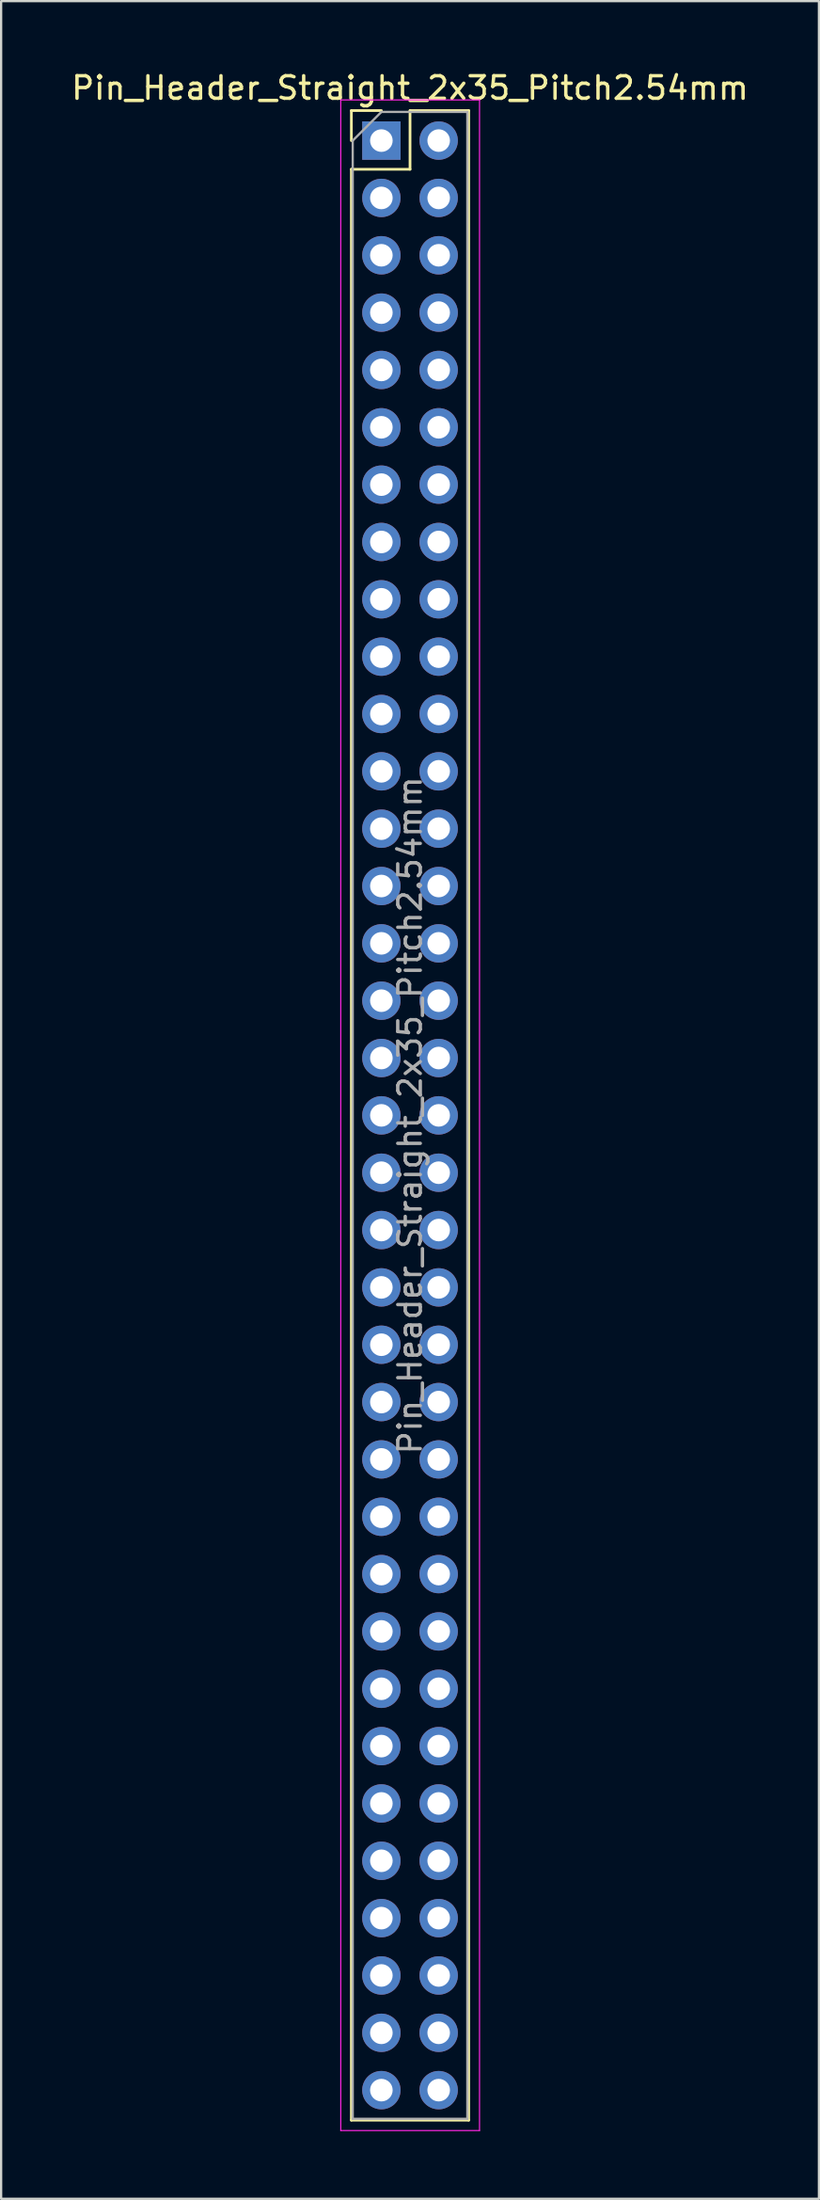
<source format=kicad_pcb>
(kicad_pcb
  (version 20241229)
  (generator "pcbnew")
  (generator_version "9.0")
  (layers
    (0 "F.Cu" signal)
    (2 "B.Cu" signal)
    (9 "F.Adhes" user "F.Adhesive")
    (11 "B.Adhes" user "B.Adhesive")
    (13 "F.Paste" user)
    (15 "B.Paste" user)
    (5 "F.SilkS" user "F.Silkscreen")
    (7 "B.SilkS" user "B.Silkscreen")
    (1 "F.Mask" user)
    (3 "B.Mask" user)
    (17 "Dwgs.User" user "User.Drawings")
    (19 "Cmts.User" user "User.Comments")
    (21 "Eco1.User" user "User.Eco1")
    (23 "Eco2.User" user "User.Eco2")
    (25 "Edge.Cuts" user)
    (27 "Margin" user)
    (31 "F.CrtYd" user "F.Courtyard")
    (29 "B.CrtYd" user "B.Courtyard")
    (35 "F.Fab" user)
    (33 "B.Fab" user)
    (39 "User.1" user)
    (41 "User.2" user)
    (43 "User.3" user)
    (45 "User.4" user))
  (footprint "Pin_Header_Straight_2x35_Pitch2.54mm"
    (layer "F.Cu")
    (at 13.855 3.178)
    (property "Reference" "Pin_Header_Straight_2x35_Pitch2.54mm" (at 1.27 -2.33 0) (layer "F.SilkS") (effects (font (size 1 1) (thickness 0.15))))
    (attr through_hole)
    (fp_line (start -1.33 -1.33) (end 0 -1.33) (stroke (width 0.12) (type solid)) (layer "F.SilkS"))
    (fp_line (start -1.33 0) (end -1.33 -1.33) (stroke (width 0.12) (type solid)) (layer "F.SilkS"))
    (fp_line (start -1.33 1.27) (end -1.33 87.69) (stroke (width 0.12) (type solid)) (layer "F.SilkS"))
    (fp_line (start -1.33 1.27) (end 1.27 1.27) (stroke (width 0.12) (type solid)) (layer "F.SilkS"))
    (fp_line (start -1.33 87.69) (end 3.87 87.69) (stroke (width 0.12) (type solid)) (layer "F.SilkS"))
    (fp_line (start 1.27 -1.33) (end 3.87 -1.33) (stroke (width 0.12) (type solid)) (layer "F.SilkS"))
    (fp_line (start 1.27 1.27) (end 1.27 -1.33) (stroke (width 0.12) (type solid)) (layer "F.SilkS"))
    (fp_line (start 3.87 -1.33) (end 3.87 87.69) (stroke (width 0.12) (type solid)) (layer "F.SilkS"))
    (fp_line (start -1.8 -1.8) (end -1.8 88.15) (stroke (width 0.05) (type solid)) (layer "F.CrtYd"))
    (fp_line (start -1.8 88.15) (end 4.35 88.15) (stroke (width 0.05) (type solid)) (layer "F.CrtYd"))
    (fp_line (start 4.35 -1.8) (end -1.8 -1.8) (stroke (width 0.05) (type solid)) (layer "F.CrtYd"))
    (fp_line (start 4.35 88.15) (end 4.35 -1.8) (stroke (width 0.05) (type solid)) (layer "F.CrtYd"))
    (fp_line (start -1.27 0) (end 0 -1.27) (stroke (width 0.1) (type solid)) (layer "F.Fab"))
    (fp_line (start -1.27 87.63) (end -1.27 0) (stroke (width 0.1) (type solid)) (layer "F.Fab"))
    (fp_line (start 0 -1.27) (end 3.81 -1.27) (stroke (width 0.1) (type solid)) (layer "F.Fab"))
    (fp_line (start 3.81 -1.27) (end 3.81 87.63) (stroke (width 0.1) (type solid)) (layer "F.Fab"))
    (fp_line (start 3.81 87.63) (end -1.27 87.63) (stroke (width 0.1) (type solid)) (layer "F.Fab"))
    (fp_text user "${REFERENCE}" (at 1.27 43.18 90) (layer "F.Fab") (effects (font (size 1 1) (thickness 0.15))))
    (pad "1" thru_hole rect (at 0 0) (size 1.7 1.7) (drill 1) (layers "*.Cu" "*.Mask"))
    (pad "2" thru_hole oval (at 2.54 0) (size 1.7 1.7) (drill 1) (layers "*.Cu" "*.Mask"))
    (pad "3" thru_hole oval (at 0 2.54) (size 1.7 1.7) (drill 1) (layers "*.Cu" "*.Mask"))
    (pad "4" thru_hole oval (at 2.54 2.54) (size 1.7 1.7) (drill 1) (layers "*.Cu" "*.Mask"))
    (pad "5" thru_hole oval (at 0 5.08) (size 1.7 1.7) (drill 1) (layers "*.Cu" "*.Mask"))
    (pad "6" thru_hole oval (at 2.54 5.08) (size 1.7 1.7) (drill 1) (layers "*.Cu" "*.Mask"))
    (pad "7" thru_hole oval (at 0 7.62) (size 1.7 1.7) (drill 1) (layers "*.Cu" "*.Mask"))
    (pad "8" thru_hole oval (at 2.54 7.62) (size 1.7 1.7) (drill 1) (layers "*.Cu" "*.Mask"))
    (pad "9" thru_hole oval (at 0 10.16) (size 1.7 1.7) (drill 1) (layers "*.Cu" "*.Mask"))
    (pad "10" thru_hole oval (at 2.54 10.16) (size 1.7 1.7) (drill 1) (layers "*.Cu" "*.Mask"))
    (pad "11" thru_hole oval (at 0 12.7) (size 1.7 1.7) (drill 1) (layers "*.Cu" "*.Mask"))
    (pad "12" thru_hole oval (at 2.54 12.7) (size 1.7 1.7) (drill 1) (layers "*.Cu" "*.Mask"))
    (pad "13" thru_hole oval (at 0 15.24) (size 1.7 1.7) (drill 1) (layers "*.Cu" "*.Mask"))
    (pad "14" thru_hole oval (at 2.54 15.24) (size 1.7 1.7) (drill 1) (layers "*.Cu" "*.Mask"))
    (pad "15" thru_hole oval (at 0 17.78) (size 1.7 1.7) (drill 1) (layers "*.Cu" "*.Mask"))
    (pad "16" thru_hole oval (at 2.54 17.78) (size 1.7 1.7) (drill 1) (layers "*.Cu" "*.Mask"))
    (pad "17" thru_hole oval (at 0 20.32) (size 1.7 1.7) (drill 1) (layers "*.Cu" "*.Mask"))
    (pad "18" thru_hole oval (at 2.54 20.32) (size 1.7 1.7) (drill 1) (layers "*.Cu" "*.Mask"))
    (pad "19" thru_hole oval (at 0 22.86) (size 1.7 1.7) (drill 1) (layers "*.Cu" "*.Mask"))
    (pad "20" thru_hole oval (at 2.54 22.86) (size 1.7 1.7) (drill 1) (layers "*.Cu" "*.Mask"))
    (pad "21" thru_hole oval (at 0 25.4) (size 1.7 1.7) (drill 1) (layers "*.Cu" "*.Mask"))
    (pad "22" thru_hole oval (at 2.54 25.4) (size 1.7 1.7) (drill 1) (layers "*.Cu" "*.Mask"))
    (pad "23" thru_hole oval (at 0 27.94) (size 1.7 1.7) (drill 1) (layers "*.Cu" "*.Mask"))
    (pad "24" thru_hole oval (at 2.54 27.94) (size 1.7 1.7) (drill 1) (layers "*.Cu" "*.Mask"))
    (pad "25" thru_hole oval (at 0 30.48) (size 1.7 1.7) (drill 1) (layers "*.Cu" "*.Mask"))
    (pad "26" thru_hole oval (at 2.54 30.48) (size 1.7 1.7) (drill 1) (layers "*.Cu" "*.Mask"))
    (pad "27" thru_hole oval (at 0 33.02) (size 1.7 1.7) (drill 1) (layers "*.Cu" "*.Mask"))
    (pad "28" thru_hole oval (at 2.54 33.02) (size 1.7 1.7) (drill 1) (layers "*.Cu" "*.Mask"))
    (pad "29" thru_hole oval (at 0 35.56) (size 1.7 1.7) (drill 1) (layers "*.Cu" "*.Mask"))
    (pad "30" thru_hole oval (at 2.54 35.56) (size 1.7 1.7) (drill 1) (layers "*.Cu" "*.Mask"))
    (pad "31" thru_hole oval (at 0 38.1) (size 1.7 1.7) (drill 1) (layers "*.Cu" "*.Mask"))
    (pad "32" thru_hole oval (at 2.54 38.1) (size 1.7 1.7) (drill 1) (layers "*.Cu" "*.Mask"))
    (pad "33" thru_hole oval (at 0 40.64) (size 1.7 1.7) (drill 1) (layers "*.Cu" "*.Mask"))
    (pad "34" thru_hole oval (at 2.54 40.64) (size 1.7 1.7) (drill 1) (layers "*.Cu" "*.Mask"))
    (pad "35" thru_hole oval (at 0 43.18) (size 1.7 1.7) (drill 1) (layers "*.Cu" "*.Mask"))
    (pad "36" thru_hole oval (at 2.54 43.18) (size 1.7 1.7) (drill 1) (layers "*.Cu" "*.Mask"))
    (pad "37" thru_hole oval (at 0 45.72) (size 1.7 1.7) (drill 1) (layers "*.Cu" "*.Mask"))
    (pad "38" thru_hole oval (at 2.54 45.72) (size 1.7 1.7) (drill 1) (layers "*.Cu" "*.Mask"))
    (pad "39" thru_hole oval (at 0 48.26) (size 1.7 1.7) (drill 1) (layers "*.Cu" "*.Mask"))
    (pad "40" thru_hole oval (at 2.54 48.26) (size 1.7 1.7) (drill 1) (layers "*.Cu" "*.Mask"))
    (pad "41" thru_hole oval (at 0 50.8) (size 1.7 1.7) (drill 1) (layers "*.Cu" "*.Mask"))
    (pad "42" thru_hole oval (at 2.54 50.8) (size 1.7 1.7) (drill 1) (layers "*.Cu" "*.Mask"))
    (pad "43" thru_hole oval (at 0 53.34) (size 1.7 1.7) (drill 1) (layers "*.Cu" "*.Mask"))
    (pad "44" thru_hole oval (at 2.54 53.34) (size 1.7 1.7) (drill 1) (layers "*.Cu" "*.Mask"))
    (pad "45" thru_hole oval (at 0 55.88) (size 1.7 1.7) (drill 1) (layers "*.Cu" "*.Mask"))
    (pad "46" thru_hole oval (at 2.54 55.88) (size 1.7 1.7) (drill 1) (layers "*.Cu" "*.Mask"))
    (pad "47" thru_hole oval (at 0 58.42) (size 1.7 1.7) (drill 1) (layers "*.Cu" "*.Mask"))
    (pad "48" thru_hole oval (at 2.54 58.42) (size 1.7 1.7) (drill 1) (layers "*.Cu" "*.Mask"))
    (pad "49" thru_hole oval (at 0 60.96) (size 1.7 1.7) (drill 1) (layers "*.Cu" "*.Mask"))
    (pad "50" thru_hole oval (at 2.54 60.96) (size 1.7 1.7) (drill 1) (layers "*.Cu" "*.Mask"))
    (pad "51" thru_hole oval (at 0 63.5) (size 1.7 1.7) (drill 1) (layers "*.Cu" "*.Mask"))
    (pad "52" thru_hole oval (at 2.54 63.5) (size 1.7 1.7) (drill 1) (layers "*.Cu" "*.Mask"))
    (pad "53" thru_hole oval (at 0 66.04) (size 1.7 1.7) (drill 1) (layers "*.Cu" "*.Mask"))
    (pad "54" thru_hole oval (at 2.54 66.04) (size 1.7 1.7) (drill 1) (layers "*.Cu" "*.Mask"))
    (pad "55" thru_hole oval (at 0 68.58) (size 1.7 1.7) (drill 1) (layers "*.Cu" "*.Mask"))
    (pad "56" thru_hole oval (at 2.54 68.58) (size 1.7 1.7) (drill 1) (layers "*.Cu" "*.Mask"))
    (pad "57" thru_hole oval (at 0 71.12) (size 1.7 1.7) (drill 1) (layers "*.Cu" "*.Mask"))
    (pad "58" thru_hole oval (at 2.54 71.12) (size 1.7 1.7) (drill 1) (layers "*.Cu" "*.Mask"))
    (pad "59" thru_hole oval (at 0 73.66) (size 1.7 1.7) (drill 1) (layers "*.Cu" "*.Mask"))
    (pad "60" thru_hole oval (at 2.54 73.66) (size 1.7 1.7) (drill 1) (layers "*.Cu" "*.Mask"))
    (pad "61" thru_hole oval (at 0 76.2) (size 1.7 1.7) (drill 1) (layers "*.Cu" "*.Mask"))
    (pad "62" thru_hole oval (at 2.54 76.2) (size 1.7 1.7) (drill 1) (layers "*.Cu" "*.Mask"))
    (pad "63" thru_hole oval (at 0 78.74) (size 1.7 1.7) (drill 1) (layers "*.Cu" "*.Mask"))
    (pad "64" thru_hole oval (at 2.54 78.74) (size 1.7 1.7) (drill 1) (layers "*.Cu" "*.Mask"))
    (pad "65" thru_hole oval (at 0 81.28) (size 1.7 1.7) (drill 1) (layers "*.Cu" "*.Mask"))
    (pad "66" thru_hole oval (at 2.54 81.28) (size 1.7 1.7) (drill 1) (layers "*.Cu" "*.Mask"))
    (pad "67" thru_hole oval (at 0 83.82) (size 1.7 1.7) (drill 1) (layers "*.Cu" "*.Mask"))
    (pad "68" thru_hole oval (at 2.54 83.82) (size 1.7 1.7) (drill 1) (layers "*.Cu" "*.Mask"))
    (pad "69" thru_hole oval (at 0 86.36) (size 1.7 1.7) (drill 1) (layers "*.Cu" "*.Mask"))
    (pad "70" thru_hole oval (at 2.54 86.36) (size 1.7 1.7) (drill 1) (layers "*.Cu" "*.Mask")))
  (gr_rect
    (start -3 -3)
    (end 33.25 94.353)
    (stroke (width 0.1) (type default))
    (fill no)
    (layer "Edge.Cuts")))
</source>
